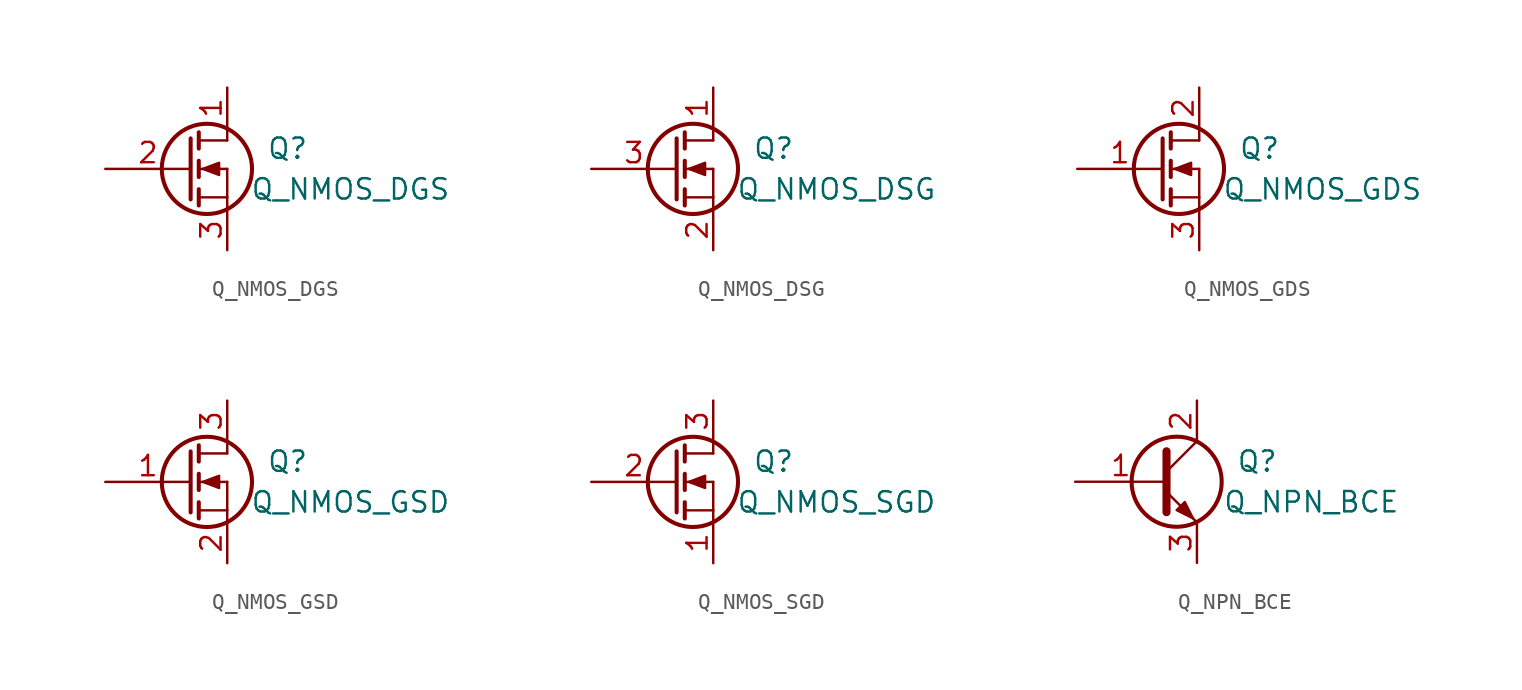
<source format=kicad_sym>
(kicad_symbol_lib
  (version 20211014)
  (generator kicad_symbol_editor)
  (symbol "Q_NMOS_DGS"
    (pin_names
      (offset 0) hide)
    (property "Reference" "Q"
      (at 7.62 1.27 0)
      (effects (font (size 1.27 1.27)) (justify right)))
    (property "Value" "Q_NMOS_DGS"
      (at 16.51 -1.27 0)
      (effects (font (size 1.27 1.27)) (justify right)))
    (property "Footprint" ""
      (at 5.08 2.54 0)
      (effects (font (size 0.737 0.737))))
    (property "Datasheet" ""
      (at 0 0 0)
      (effects (font (size 1.524 1.524))))
    (symbol "Q_NMOS_DGS_0_1"
      (polyline (pts (xy 0.762 -1.778) (xy 2.54 -1.778)) (stroke (width 0) (type default) (color 0 0 0 0)) (fill (type none)))
      (polyline (pts (xy 0.762 -1.27) (xy 0.762 -2.286)) (stroke (width 0.254) (type default) (color 0 0 0 0)) (fill (type none)))
      (polyline (pts (xy 0.762 0) (xy 2.54 0)) (stroke (width 0) (type default) (color 0 0 0 0)) (fill (type none)))
      (polyline (pts (xy 0.762 0.508) (xy 0.762 -0.508)) (stroke (width 0.254) (type default) (color 0 0 0 0)) (fill (type none)))
      (polyline (pts (xy 0.762 1.778) (xy 2.54 1.778)) (stroke (width 0) (type default) (color 0 0 0 0)) (fill (type none)))
      (polyline (pts (xy 0.762 2.286) (xy 0.762 1.27)) (stroke (width 0.254) (type default) (color 0 0 0 0)) (fill (type none)))
      (polyline (pts (xy 2.54 -1.778) (xy 2.54 -2.54)) (stroke (width 0) (type default) (color 0 0 0 0)) (fill (type none)))
      (polyline (pts (xy 2.54 -1.778) (xy 2.54 0)) (stroke (width 0) (type default) (color 0 0 0 0)) (fill (type none)))
      (polyline (pts (xy 2.54 2.54) (xy 2.54 1.778)) (stroke (width 0) (type default) (color 0 0 0 0)) (fill (type none)))
      (polyline (pts (xy 0.254 1.905) (xy 0.254 -1.905) (xy 0.254 -1.905)) (stroke (width 0.254) (type default) (color 0 0 0 0)) (fill (type none)))
      (polyline (pts (xy 1.016 0) (xy 2.032 0.381) (xy 2.032 -0.381) (xy 1.016 0)) (stroke (width 0) (type default) (color 0 0 0 0)) (fill (type outline)))
      (circle (center 1.27 0) (radius 2.819) (stroke (width 0.254) (type default) (color 0 0 0 0)) (fill (type none))))
    (symbol "Q_NMOS_DGS_1_1"
      (pin passive line (at 2.54 5.08 270) (length 2.54) (name "D" (effects (font (size 1.27 1.27)))) (number "1" (effects (font (size 1.27 1.27)))))
      (pin input line (at -5.08 0 0) (length 5.334) (name "G" (effects (font (size 1.27 1.27)))) (number "2" (effects (font (size 1.27 1.27)))))
      (pin passive line (at 2.54 -5.08 90) (length 2.54) (name "S" (effects (font (size 1.27 1.27)))) (number "3" (effects (font (size 1.27 1.27)))))))
  (symbol "Q_NMOS_DSG"
    (pin_names
      (offset 0) hide)
    (property "Reference" "Q"
      (at 7.62 1.27 0)
      (effects (font (size 1.27 1.27)) (justify right)))
    (property "Value" "Q_NMOS_DSG"
      (at 16.51 -1.27 0)
      (effects (font (size 1.27 1.27)) (justify right)))
    (property "Footprint" ""
      (at 5.08 2.54 0)
      (effects (font (size 0.737 0.737))))
    (property "Datasheet" ""
      (at 0 0 0)
      (effects (font (size 1.524 1.524))))
    (symbol "Q_NMOS_DSG_0_1"
      (polyline (pts (xy 0.762 -1.778) (xy 2.54 -1.778)) (stroke (width 0) (type default) (color 0 0 0 0)) (fill (type none)))
      (polyline (pts (xy 0.762 -1.27) (xy 0.762 -2.286)) (stroke (width 0.254) (type default) (color 0 0 0 0)) (fill (type none)))
      (polyline (pts (xy 0.762 0) (xy 2.54 0)) (stroke (width 0) (type default) (color 0 0 0 0)) (fill (type none)))
      (polyline (pts (xy 0.762 0.508) (xy 0.762 -0.508)) (stroke (width 0.254) (type default) (color 0 0 0 0)) (fill (type none)))
      (polyline (pts (xy 0.762 1.778) (xy 2.54 1.778)) (stroke (width 0) (type default) (color 0 0 0 0)) (fill (type none)))
      (polyline (pts (xy 0.762 2.286) (xy 0.762 1.27)) (stroke (width 0.254) (type default) (color 0 0 0 0)) (fill (type none)))
      (polyline (pts (xy 2.54 -1.778) (xy 2.54 -2.54)) (stroke (width 0) (type default) (color 0 0 0 0)) (fill (type none)))
      (polyline (pts (xy 2.54 -1.778) (xy 2.54 0)) (stroke (width 0) (type default) (color 0 0 0 0)) (fill (type none)))
      (polyline (pts (xy 2.54 2.54) (xy 2.54 1.778)) (stroke (width 0) (type default) (color 0 0 0 0)) (fill (type none)))
      (polyline (pts (xy 0.254 1.905) (xy 0.254 -1.905) (xy 0.254 -1.905)) (stroke (width 0.254) (type default) (color 0 0 0 0)) (fill (type none)))
      (polyline (pts (xy 1.016 0) (xy 2.032 0.381) (xy 2.032 -0.381) (xy 1.016 0)) (stroke (width 0) (type default) (color 0 0 0 0)) (fill (type outline)))
      (circle (center 1.27 0) (radius 2.819) (stroke (width 0.254) (type default) (color 0 0 0 0)) (fill (type none))))
    (symbol "Q_NMOS_DSG_1_1"
      (pin passive line (at 2.54 5.08 270) (length 2.54) (name "D" (effects (font (size 1.27 1.27)))) (number "1" (effects (font (size 1.27 1.27)))))
      (pin passive line (at 2.54 -5.08 90) (length 2.54) (name "S" (effects (font (size 1.27 1.27)))) (number "2" (effects (font (size 1.27 1.27)))))
      (pin input line (at -5.08 0 0) (length 5.334) (name "G" (effects (font (size 1.27 1.27)))) (number "3" (effects (font (size 1.27 1.27)))))))
  (symbol "Q_NMOS_GDS"
    (pin_names
      (offset 0) hide)
    (property "Reference" "Q"
      (at 7.62 1.27 0)
      (effects (font (size 1.27 1.27)) (justify right)))
    (property "Value" "Q_NMOS_GDS"
      (at 16.51 -1.27 0)
      (effects (font (size 1.27 1.27)) (justify right)))
    (property "Footprint" ""
      (at 5.08 2.54 0)
      (effects (font (size 0.737 0.737))))
    (property "Datasheet" ""
      (at 0 0 0)
      (effects (font (size 1.524 1.524))))
    (symbol "Q_NMOS_GDS_0_1"
      (polyline (pts (xy 0.762 -1.778) (xy 2.54 -1.778)) (stroke (width 0) (type default) (color 0 0 0 0)) (fill (type none)))
      (polyline (pts (xy 0.762 -1.27) (xy 0.762 -2.286)) (stroke (width 0.254) (type default) (color 0 0 0 0)) (fill (type none)))
      (polyline (pts (xy 0.762 0) (xy 2.54 0)) (stroke (width 0) (type default) (color 0 0 0 0)) (fill (type none)))
      (polyline (pts (xy 0.762 0.508) (xy 0.762 -0.508)) (stroke (width 0.254) (type default) (color 0 0 0 0)) (fill (type none)))
      (polyline (pts (xy 0.762 1.778) (xy 2.54 1.778)) (stroke (width 0) (type default) (color 0 0 0 0)) (fill (type none)))
      (polyline (pts (xy 0.762 2.286) (xy 0.762 1.27)) (stroke (width 0.254) (type default) (color 0 0 0 0)) (fill (type none)))
      (polyline (pts (xy 2.54 -1.778) (xy 2.54 -2.54)) (stroke (width 0) (type default) (color 0 0 0 0)) (fill (type none)))
      (polyline (pts (xy 2.54 -1.778) (xy 2.54 0)) (stroke (width 0) (type default) (color 0 0 0 0)) (fill (type none)))
      (polyline (pts (xy 2.54 2.54) (xy 2.54 1.778)) (stroke (width 0) (type default) (color 0 0 0 0)) (fill (type none)))
      (polyline (pts (xy 0.254 1.905) (xy 0.254 -1.905) (xy 0.254 -1.905)) (stroke (width 0.254) (type default) (color 0 0 0 0)) (fill (type none)))
      (polyline (pts (xy 1.016 0) (xy 2.032 0.381) (xy 2.032 -0.381) (xy 1.016 0)) (stroke (width 0) (type default) (color 0 0 0 0)) (fill (type outline)))
      (circle (center 1.27 0) (radius 2.819) (stroke (width 0.254) (type default) (color 0 0 0 0)) (fill (type none))))
    (symbol "Q_NMOS_GDS_1_1"
      (pin input line (at -5.08 0 0) (length 5.334) (name "G" (effects (font (size 1.27 1.27)))) (number "1" (effects (font (size 1.27 1.27)))))
      (pin passive line (at 2.54 5.08 270) (length 2.54) (name "D" (effects (font (size 1.27 1.27)))) (number "2" (effects (font (size 1.27 1.27)))))
      (pin passive line (at 2.54 -5.08 90) (length 2.54) (name "S" (effects (font (size 1.27 1.27)))) (number "3" (effects (font (size 1.27 1.27)))))))
  (symbol "Q_NMOS_GSD"
    (pin_names
      (offset 0) hide)
    (property "Reference" "Q"
      (at 7.62 1.27 0)
      (effects (font (size 1.27 1.27)) (justify right)))
    (property "Value" "Q_NMOS_GSD"
      (at 16.51 -1.27 0)
      (effects (font (size 1.27 1.27)) (justify right)))
    (property "Footprint" ""
      (at 5.08 2.54 0)
      (effects (font (size 0.737 0.737))))
    (property "Datasheet" ""
      (at 0 0 0)
      (effects (font (size 1.524 1.524))))
    (symbol "Q_NMOS_GSD_0_1"
      (polyline (pts (xy 0.762 -1.778) (xy 2.54 -1.778)) (stroke (width 0) (type default) (color 0 0 0 0)) (fill (type none)))
      (polyline (pts (xy 0.762 -1.27) (xy 0.762 -2.286)) (stroke (width 0.254) (type default) (color 0 0 0 0)) (fill (type none)))
      (polyline (pts (xy 0.762 0) (xy 2.54 0)) (stroke (width 0) (type default) (color 0 0 0 0)) (fill (type none)))
      (polyline (pts (xy 0.762 0.508) (xy 0.762 -0.508)) (stroke (width 0.254) (type default) (color 0 0 0 0)) (fill (type none)))
      (polyline (pts (xy 0.762 1.778) (xy 2.54 1.778)) (stroke (width 0) (type default) (color 0 0 0 0)) (fill (type none)))
      (polyline (pts (xy 0.762 2.286) (xy 0.762 1.27)) (stroke (width 0.254) (type default) (color 0 0 0 0)) (fill (type none)))
      (polyline (pts (xy 2.54 -1.778) (xy 2.54 -2.54)) (stroke (width 0) (type default) (color 0 0 0 0)) (fill (type none)))
      (polyline (pts (xy 2.54 -1.778) (xy 2.54 0)) (stroke (width 0) (type default) (color 0 0 0 0)) (fill (type none)))
      (polyline (pts (xy 2.54 2.54) (xy 2.54 1.778)) (stroke (width 0) (type default) (color 0 0 0 0)) (fill (type none)))
      (polyline (pts (xy 0.254 1.905) (xy 0.254 -1.905) (xy 0.254 -1.905)) (stroke (width 0.254) (type default) (color 0 0 0 0)) (fill (type none)))
      (polyline (pts (xy 1.016 0) (xy 2.032 0.381) (xy 2.032 -0.381) (xy 1.016 0)) (stroke (width 0) (type default) (color 0 0 0 0)) (fill (type outline)))
      (circle (center 1.27 0) (radius 2.819) (stroke (width 0.254) (type default) (color 0 0 0 0)) (fill (type none))))
    (symbol "Q_NMOS_GSD_1_1"
      (pin input line (at -5.08 0 0) (length 5.334) (name "G" (effects (font (size 1.27 1.27)))) (number "1" (effects (font (size 1.27 1.27)))))
      (pin passive line (at 2.54 -5.08 90) (length 2.54) (name "S" (effects (font (size 1.27 1.27)))) (number "2" (effects (font (size 1.27 1.27)))))
      (pin passive line (at 2.54 5.08 270) (length 2.54) (name "D" (effects (font (size 1.27 1.27)))) (number "3" (effects (font (size 1.27 1.27)))))))
  (symbol "Q_NMOS_SGD"
    (pin_names
      (offset 0) hide)
    (property "Reference" "Q"
      (at 7.62 1.27 0)
      (effects (font (size 1.27 1.27)) (justify right)))
    (property "Value" "Q_NMOS_SGD"
      (at 16.51 -1.27 0)
      (effects (font (size 1.27 1.27)) (justify right)))
    (property "Footprint" ""
      (at 5.08 2.54 0)
      (effects (font (size 0.737 0.737))))
    (property "Datasheet" ""
      (at 0 0 0)
      (effects (font (size 1.524 1.524))))
    (symbol "Q_NMOS_SGD_0_1"
      (polyline (pts (xy 0.762 -1.778) (xy 2.54 -1.778)) (stroke (width 0) (type default) (color 0 0 0 0)) (fill (type none)))
      (polyline (pts (xy 0.762 -1.27) (xy 0.762 -2.286)) (stroke (width 0.254) (type default) (color 0 0 0 0)) (fill (type none)))
      (polyline (pts (xy 0.762 0) (xy 2.54 0)) (stroke (width 0) (type default) (color 0 0 0 0)) (fill (type none)))
      (polyline (pts (xy 0.762 0.508) (xy 0.762 -0.508)) (stroke (width 0.254) (type default) (color 0 0 0 0)) (fill (type none)))
      (polyline (pts (xy 0.762 1.778) (xy 2.54 1.778)) (stroke (width 0) (type default) (color 0 0 0 0)) (fill (type none)))
      (polyline (pts (xy 0.762 2.286) (xy 0.762 1.27)) (stroke (width 0.254) (type default) (color 0 0 0 0)) (fill (type none)))
      (polyline (pts (xy 2.54 -1.778) (xy 2.54 -2.54)) (stroke (width 0) (type default) (color 0 0 0 0)) (fill (type none)))
      (polyline (pts (xy 2.54 -1.778) (xy 2.54 0)) (stroke (width 0) (type default) (color 0 0 0 0)) (fill (type none)))
      (polyline (pts (xy 2.54 2.54) (xy 2.54 1.778)) (stroke (width 0) (type default) (color 0 0 0 0)) (fill (type none)))
      (polyline (pts (xy 0.254 1.905) (xy 0.254 -1.905) (xy 0.254 -1.905)) (stroke (width 0.254) (type default) (color 0 0 0 0)) (fill (type none)))
      (polyline (pts (xy 1.016 0) (xy 2.032 0.381) (xy 2.032 -0.381) (xy 1.016 0)) (stroke (width 0) (type default) (color 0 0 0 0)) (fill (type outline)))
      (circle (center 1.27 0) (radius 2.819) (stroke (width 0.254) (type default) (color 0 0 0 0)) (fill (type none))))
    (symbol "Q_NMOS_SGD_1_1"
      (pin passive line (at 2.54 -5.08 90) (length 2.54) (name "S" (effects (font (size 1.27 1.27)))) (number "1" (effects (font (size 1.27 1.27)))))
      (pin input line (at -5.08 0 0) (length 5.334) (name "G" (effects (font (size 1.27 1.27)))) (number "2" (effects (font (size 1.27 1.27)))))
      (pin passive line (at 2.54 5.08 270) (length 2.54) (name "D" (effects (font (size 1.27 1.27)))) (number "3" (effects (font (size 1.27 1.27)))))))
  (symbol "Q_NPN_BCE"
    (pin_names
      (offset 0) hide)
    (property "Reference" "Q"
      (at 7.62 1.27 0)
      (effects (font (size 1.27 1.27)) (justify right)))
    (property "Value" "Q_NPN_BCE"
      (at 15.24 -1.27 0)
      (effects (font (size 1.27 1.27)) (justify right)))
    (property "Footprint" ""
      (at 5.08 2.54 0)
      (effects (font (size 0.737 0.737))))
    (property "Datasheet" ""
      (at 0 0 0)
      (effects (font (size 1.524 1.524))))
    (symbol "Q_NPN_BCE_0_1"
      (polyline (pts (xy 0.635 0.635) (xy 2.54 2.54)) (stroke (width 0) (type default) (color 0 0 0 0)) (fill (type none)))
      (polyline (pts (xy 0.635 -0.635) (xy 2.54 -2.54) (xy 2.54 -2.54)) (stroke (width 0) (type default) (color 0 0 0 0)) (fill (type none)))
      (polyline (pts (xy 0.635 1.905) (xy 0.635 -1.905) (xy 0.635 -1.905)) (stroke (width 0.508) (type default) (color 0 0 0 0)) (fill (type none)))
      (polyline (pts (xy 1.27 -1.778) (xy 1.778 -1.27) (xy 2.286 -2.286) (xy 1.27 -1.778) (xy 1.27 -1.778)) (stroke (width 0) (type default) (color 0 0 0 0)) (fill (type outline)))
      (circle (center 1.27 0) (radius 2.819) (stroke (width 0.254) (type default) (color 0 0 0 0)) (fill (type none))))
    (symbol "Q_NPN_BCE_1_1"
      (pin input line (at -5.08 0 0) (length 5.715) (name "B" (effects (font (size 1.27 1.27)))) (number "1" (effects (font (size 1.27 1.27)))))
      (pin passive line (at 2.54 5.08 270) (length 2.54) (name "C" (effects (font (size 1.27 1.27)))) (number "2" (effects (font (size 1.27 1.27)))))
      (pin passive line (at 2.54 -5.08 90) (length 2.54) (name "E" (effects (font (size 1.27 1.27)))) (number "3" (effects (font (size 1.27 1.27))))))))
</source>
